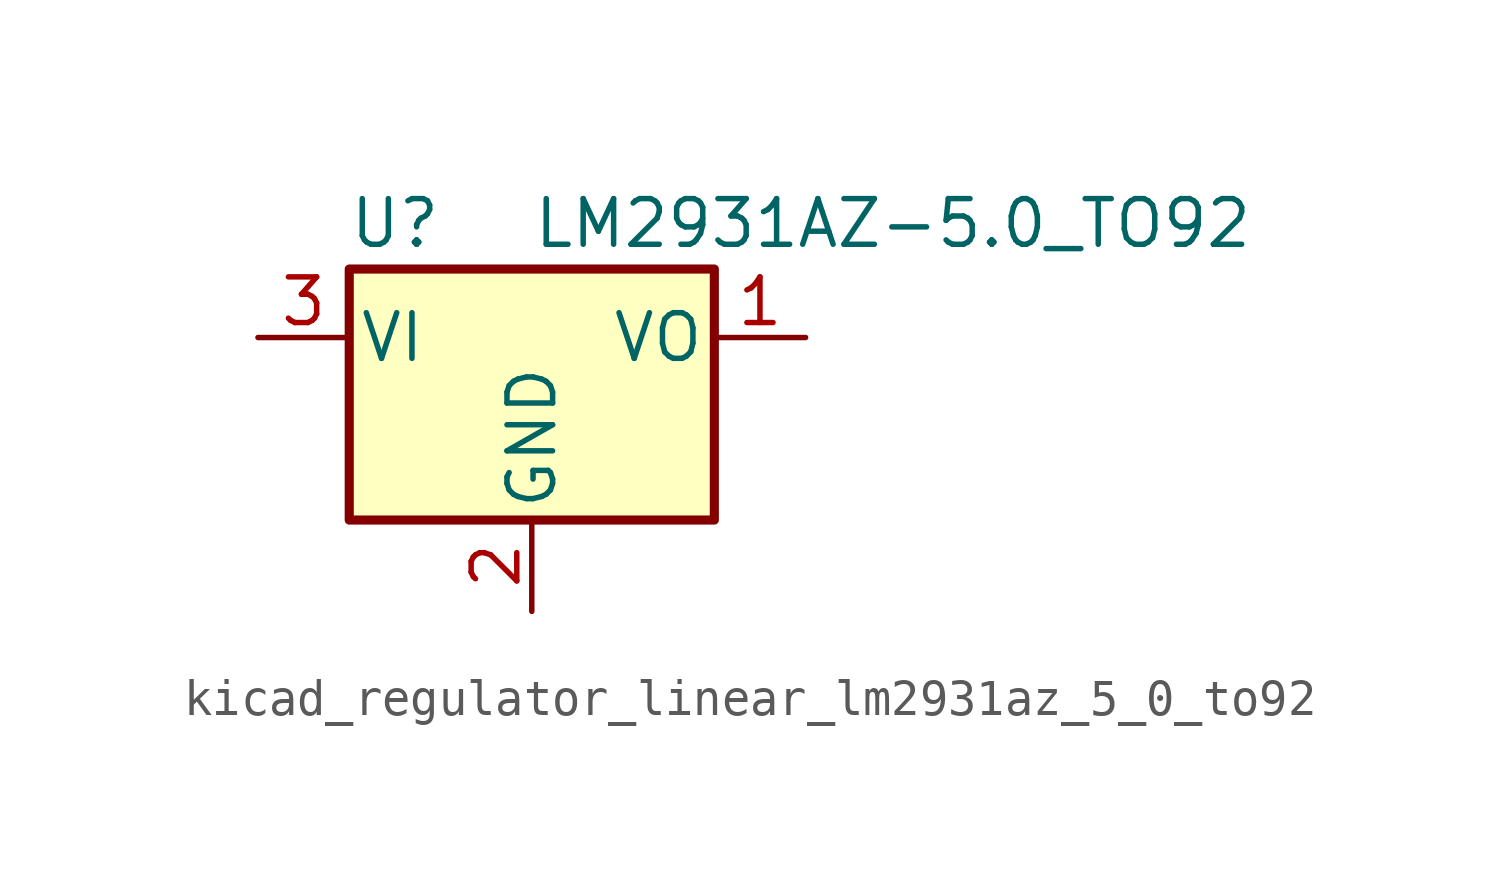
<source format=kicad_sym>
(kicad_symbol_lib
  (version 20220914)
  (generator kicad_symbol_editor)
  (symbol "kicad_regulator_linear_lm2931az_5_0_to92"
    (pin_names
      (offset 0.254))
    (property "Reference" "U"
      (at -3.81 3.175 0)
      (effects (font (size 1.27 1.27))))
    (property "Value" "LM2931AZ-5.0_TO92"
      (at 0 3.175 0)
      (effects (font (size 1.27 1.27)) (justify left)))
    (symbol "kicad_regulator_linear_lm2931az_5_0_to92_0_1"
      (rectangle (start -5.08 -5.08) (end 5.08 1.905) (stroke (width 0.254) (type default)) (fill (type background))))
    (symbol "kicad_regulator_linear_lm2931az_5_0_to92_1_1"
      (pin power_out line (at 7.62 0 180) (length 2.54) (name "VO" (effects (font (size 1.27 1.27)))) (number "1" (effects (font (size 1.27 1.27)))))
      (pin power_in line (at 0 -7.62 90) (length 2.54) (name "GND" (effects (font (size 1.27 1.27)))) (number "2" (effects (font (size 1.27 1.27)))))
      (pin power_in line (at -7.62 0 0) (length 2.54) (name "VI" (effects (font (size 1.27 1.27)))) (number "3" (effects (font (size 1.27 1.27))))))))
</source>
